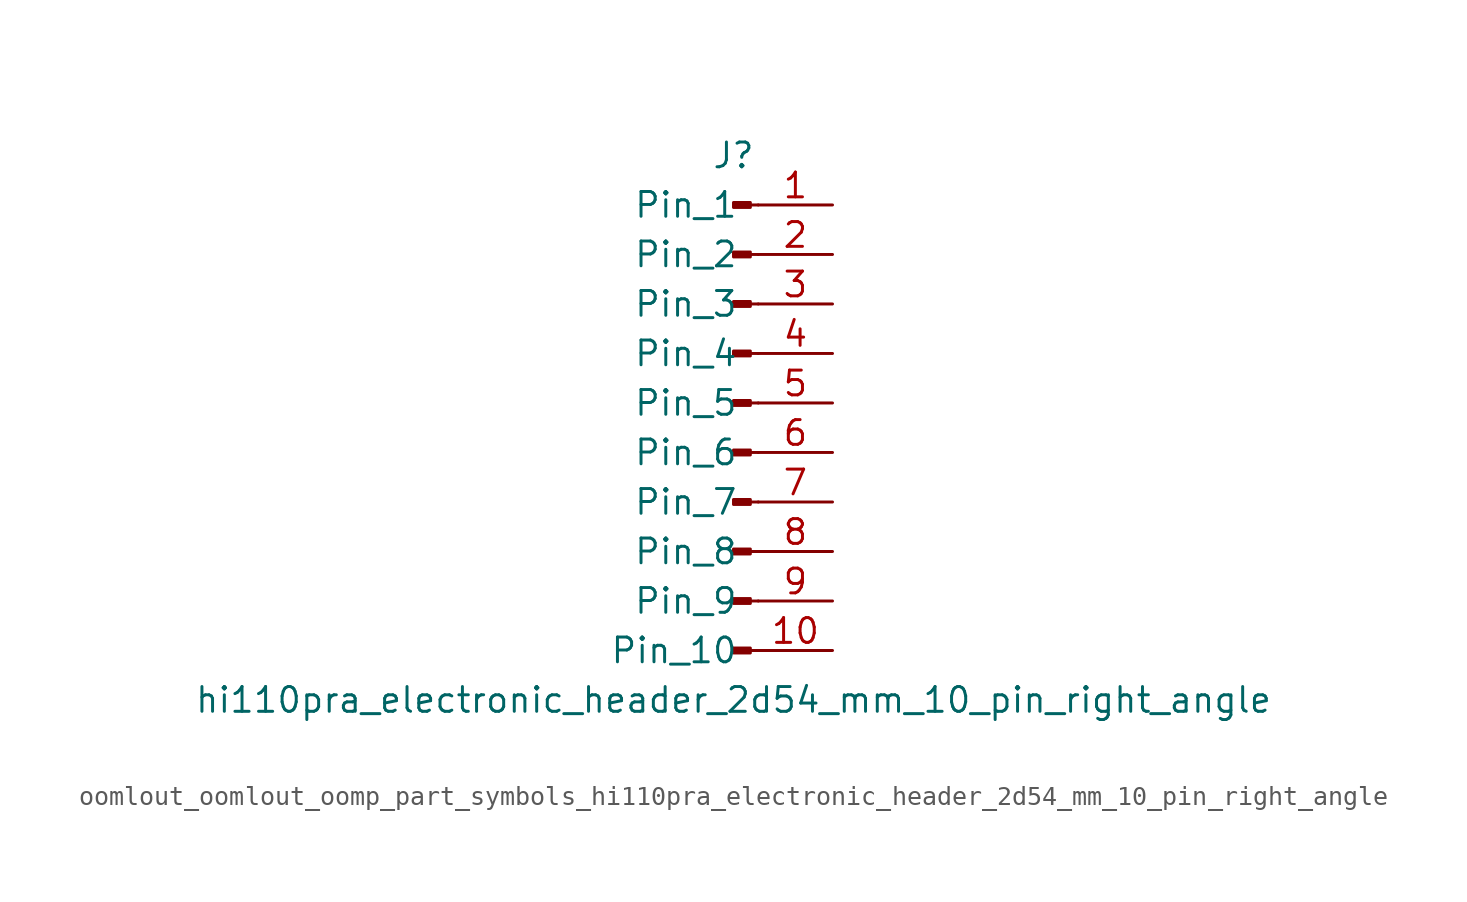
<source format=kicad_sym>
(kicad_symbol_lib
  (version 20220914)
  (generator kicad_symbol_editor)
  (symbol "oomlout_oomlout_oomp_part_symbols_hi110pra_electronic_header_2d54_mm_10_pin_right_angle"
    (pin_names
      (offset 1.016))
    (property "Reference" "J"
      (at 0 12.7 0)
      (effects (font (size 1.27 1.27))))
    (property "Value" "hi110pra_electronic_header_2d54_mm_10_pin_right_angle"
      (at 0 -15.24 0)
      (effects (font (size 1.27 1.27))))
    (property "ki_locked" ""
      (at 0 0 0)
      (effects (font (size 1.27 1.27))))
    (symbol "oomlout_oomlout_oomp_part_symbols_hi110pra_electronic_header_2d54_mm_10_pin_right_angle_1_1"
      (polyline (pts (xy 1.27 -12.7) (xy 0.864 -12.7)) (stroke (width 0.152) (type default)) (fill (type none)))
      (polyline (pts (xy 1.27 -10.16) (xy 0.864 -10.16)) (stroke (width 0.152) (type default)) (fill (type none)))
      (polyline (pts (xy 1.27 -7.62) (xy 0.864 -7.62)) (stroke (width 0.152) (type default)) (fill (type none)))
      (polyline (pts (xy 1.27 -5.08) (xy 0.864 -5.08)) (stroke (width 0.152) (type default)) (fill (type none)))
      (polyline (pts (xy 1.27 -2.54) (xy 0.864 -2.54)) (stroke (width 0.152) (type default)) (fill (type none)))
      (polyline (pts (xy 1.27 0) (xy 0.864 0)) (stroke (width 0.152) (type default)) (fill (type none)))
      (polyline (pts (xy 1.27 2.54) (xy 0.864 2.54)) (stroke (width 0.152) (type default)) (fill (type none)))
      (polyline (pts (xy 1.27 5.08) (xy 0.864 5.08)) (stroke (width 0.152) (type default)) (fill (type none)))
      (polyline (pts (xy 1.27 7.62) (xy 0.864 7.62)) (stroke (width 0.152) (type default)) (fill (type none)))
      (polyline (pts (xy 1.27 10.16) (xy 0.864 10.16)) (stroke (width 0.152) (type default)) (fill (type none)))
      (rectangle (start 0.864 -12.573) (end 0 -12.827) (stroke (width 0.152) (type default)) (fill (type outline)))
      (rectangle (start 0.864 -10.033) (end 0 -10.287) (stroke (width 0.152) (type default)) (fill (type outline)))
      (rectangle (start 0.864 -7.493) (end 0 -7.747) (stroke (width 0.152) (type default)) (fill (type outline)))
      (rectangle (start 0.864 -4.953) (end 0 -5.207) (stroke (width 0.152) (type default)) (fill (type outline)))
      (rectangle (start 0.864 -2.413) (end 0 -2.667) (stroke (width 0.152) (type default)) (fill (type outline)))
      (rectangle (start 0.864 0.127) (end 0 -0.127) (stroke (width 0.152) (type default)) (fill (type outline)))
      (rectangle (start 0.864 2.667) (end 0 2.413) (stroke (width 0.152) (type default)) (fill (type outline)))
      (rectangle (start 0.864 5.207) (end 0 4.953) (stroke (width 0.152) (type default)) (fill (type outline)))
      (rectangle (start 0.864 7.747) (end 0 7.493) (stroke (width 0.152) (type default)) (fill (type outline)))
      (rectangle (start 0.864 10.287) (end 0 10.033) (stroke (width 0.152) (type default)) (fill (type outline)))
      (pin passive line (at 5.08 10.16 180) (length 3.81) (name "Pin_1" (effects (font (size 1.27 1.27)))) (number "1" (effects (font (size 1.27 1.27)))))
      (pin passive line (at 5.08 -12.7 180) (length 3.81) (name "Pin_10" (effects (font (size 1.27 1.27)))) (number "10" (effects (font (size 1.27 1.27)))))
      (pin passive line (at 5.08 7.62 180) (length 3.81) (name "Pin_2" (effects (font (size 1.27 1.27)))) (number "2" (effects (font (size 1.27 1.27)))))
      (pin passive line (at 5.08 5.08 180) (length 3.81) (name "Pin_3" (effects (font (size 1.27 1.27)))) (number "3" (effects (font (size 1.27 1.27)))))
      (pin passive line (at 5.08 2.54 180) (length 3.81) (name "Pin_4" (effects (font (size 1.27 1.27)))) (number "4" (effects (font (size 1.27 1.27)))))
      (pin passive line (at 5.08 0 180) (length 3.81) (name "Pin_5" (effects (font (size 1.27 1.27)))) (number "5" (effects (font (size 1.27 1.27)))))
      (pin passive line (at 5.08 -2.54 180) (length 3.81) (name "Pin_6" (effects (font (size 1.27 1.27)))) (number "6" (effects (font (size 1.27 1.27)))))
      (pin passive line (at 5.08 -5.08 180) (length 3.81) (name "Pin_7" (effects (font (size 1.27 1.27)))) (number "7" (effects (font (size 1.27 1.27)))))
      (pin passive line (at 5.08 -7.62 180) (length 3.81) (name "Pin_8" (effects (font (size 1.27 1.27)))) (number "8" (effects (font (size 1.27 1.27)))))
      (pin passive line (at 5.08 -10.16 180) (length 3.81) (name "Pin_9" (effects (font (size 1.27 1.27)))) (number "9" (effects (font (size 1.27 1.27))))))))
</source>
